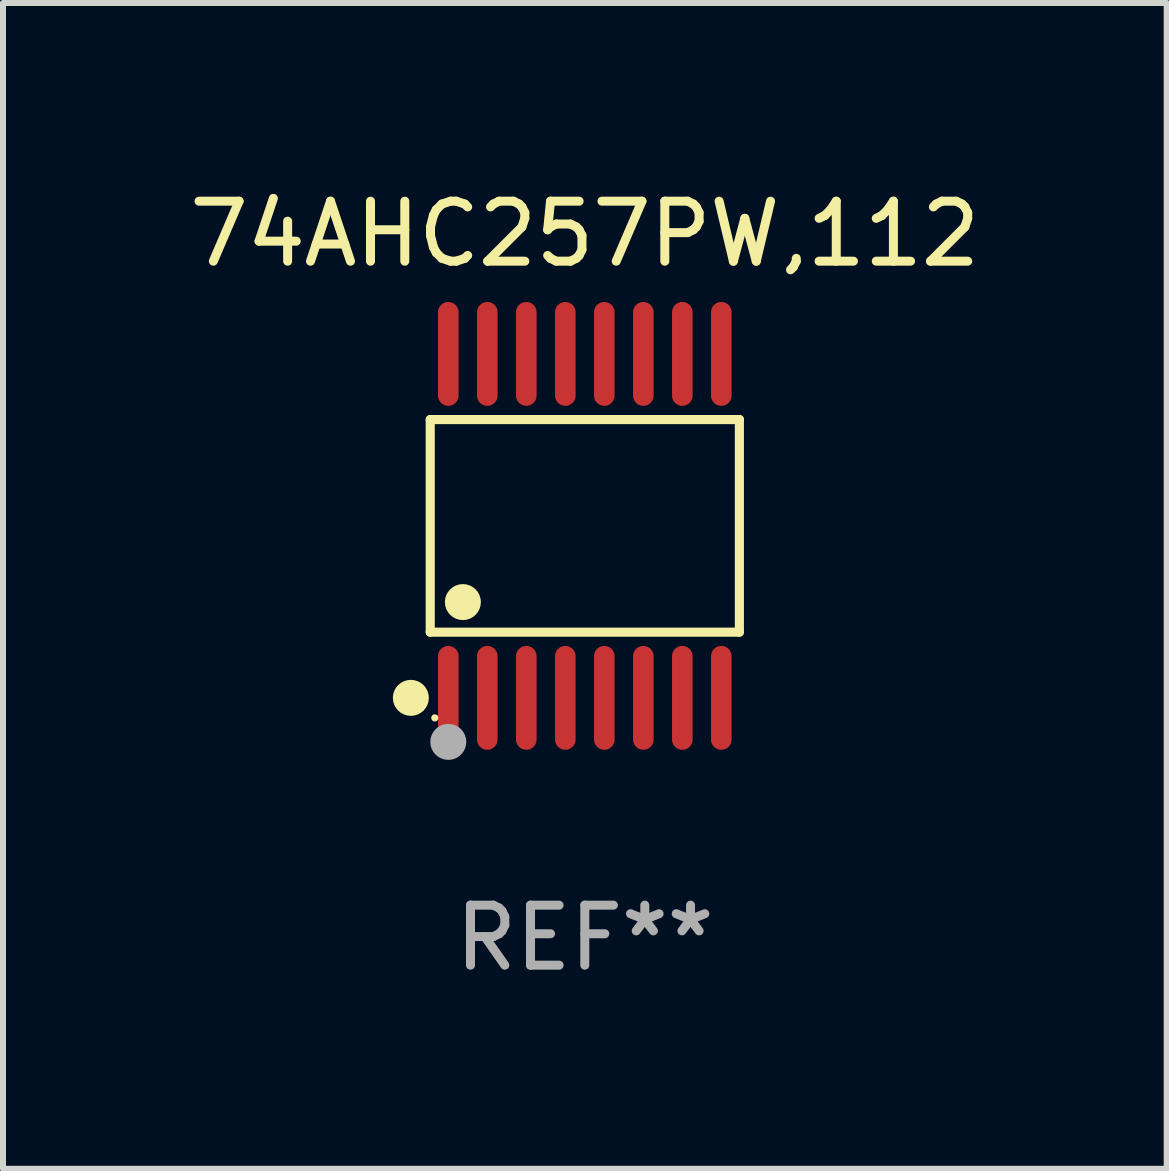
<source format=kicad_pcb>
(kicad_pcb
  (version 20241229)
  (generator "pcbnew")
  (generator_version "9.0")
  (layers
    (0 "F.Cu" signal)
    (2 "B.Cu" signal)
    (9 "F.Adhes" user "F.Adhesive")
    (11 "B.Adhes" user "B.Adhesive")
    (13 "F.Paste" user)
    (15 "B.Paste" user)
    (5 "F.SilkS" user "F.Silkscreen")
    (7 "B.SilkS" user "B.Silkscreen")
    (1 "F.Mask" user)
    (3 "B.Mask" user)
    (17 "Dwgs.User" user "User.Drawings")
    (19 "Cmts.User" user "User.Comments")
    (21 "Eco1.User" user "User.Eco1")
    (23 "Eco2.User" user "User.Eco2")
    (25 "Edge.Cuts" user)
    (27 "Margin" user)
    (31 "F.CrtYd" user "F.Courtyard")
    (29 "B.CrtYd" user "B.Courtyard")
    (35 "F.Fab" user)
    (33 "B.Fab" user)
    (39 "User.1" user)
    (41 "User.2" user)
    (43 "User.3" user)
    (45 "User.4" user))
  (footprint "74AHC257PW,112"
    (layer "F.Cu")
    (at 6.696 5.714)
    (property "Reference" "74AHC257PW,112" (at 0 -4.866 0) (layer "F.SilkS") (effects (font (size 1 1) (thickness 0.15))))
    (attr through_hole)
    (fp_line (start -2.576 -1.772) (end 2.576 -1.772) (stroke (width 0.152) (type solid)) (layer "F.SilkS"))
    (fp_line (start -2.576 1.771) (end -2.576 -1.772) (stroke (width 0.152) (type solid)) (layer "F.SilkS"))
    (fp_line (start 2.576 -1.772) (end 2.576 1.771) (stroke (width 0.152) (type solid)) (layer "F.SilkS"))
    (fp_line (start 2.576 1.771) (end -2.576 1.771) (stroke (width 0.152) (type solid)) (layer "F.SilkS"))
    (fp_circle (center -2.899 2.866) (end -2.749 2.866) (stroke (width 0.3) (type solid)) (fill no) (layer "F.SilkS"))
    (fp_circle (center -2.5 3.2) (end -2.47 3.2) (stroke (width 0.06) (type solid)) (fill no) (layer "F.SilkS"))
    (fp_circle (center -2.032 1.27) (end -1.882 1.27) (stroke (width 0.3) (type solid)) (fill no) (layer "F.SilkS"))
    (fp_circle (center -2.275 3.6) (end -2.125 3.6) (stroke (width 0.3) (type solid)) (fill no) (layer "F.Fab"))
    (fp_text user "REF**" (at 0 6.866 0) (layer "F.Fab") (effects (font (size 1 1) (thickness 0.15))))
    (pad "1" smd oval (at -2.275 2.866) (size 0.343 1.731) (layers "F.Cu" "F.Mask" "F.Paste"))
    (pad "2" smd oval (at -1.625 2.866) (size 0.343 1.731) (layers "F.Cu" "F.Mask" "F.Paste"))
    (pad "3" smd oval (at -0.975 2.866) (size 0.343 1.731) (layers "F.Cu" "F.Mask" "F.Paste"))
    (pad "4" smd oval (at -0.325 2.866) (size 0.343 1.731) (layers "F.Cu" "F.Mask" "F.Paste"))
    (pad "5" smd oval (at 0.325 2.866) (size 0.343 1.731) (layers "F.Cu" "F.Mask" "F.Paste"))
    (pad "6" smd oval (at 0.975 2.866) (size 0.343 1.731) (layers "F.Cu" "F.Mask" "F.Paste"))
    (pad "7" smd oval (at 1.625 2.866) (size 0.343 1.731) (layers "F.Cu" "F.Mask" "F.Paste"))
    (pad "8" smd oval (at 2.275 2.866) (size 0.343 1.731) (layers "F.Cu" "F.Mask" "F.Paste"))
    (pad "9" smd oval (at 2.275 -2.866) (size 0.343 1.731) (layers "F.Cu" "F.Mask" "F.Paste"))
    (pad "10" smd oval (at 1.625 -2.866) (size 0.343 1.731) (layers "F.Cu" "F.Mask" "F.Paste"))
    (pad "11" smd oval (at 0.975 -2.866) (size 0.343 1.731) (layers "F.Cu" "F.Mask" "F.Paste"))
    (pad "12" smd oval (at 0.325 -2.866) (size 0.343 1.731) (layers "F.Cu" "F.Mask" "F.Paste"))
    (pad "13" smd oval (at -0.325 -2.866) (size 0.343 1.731) (layers "F.Cu" "F.Mask" "F.Paste"))
    (pad "14" smd oval (at -0.975 -2.866) (size 0.343 1.731) (layers "F.Cu" "F.Mask" "F.Paste"))
    (pad "15" smd oval (at -1.625 -2.866) (size 0.343 1.731) (layers "F.Cu" "F.Mask" "F.Paste"))
    (pad "16" smd oval (at -2.275 -2.866) (size 0.343 1.731) (layers "F.Cu" "F.Mask" "F.Paste")))
  (gr_rect
    (start -3 -3)
    (end 16.393 16.428)
    (stroke (width 0.1) (type default))
    (fill no)
    (layer "Edge.Cuts")))
</source>
